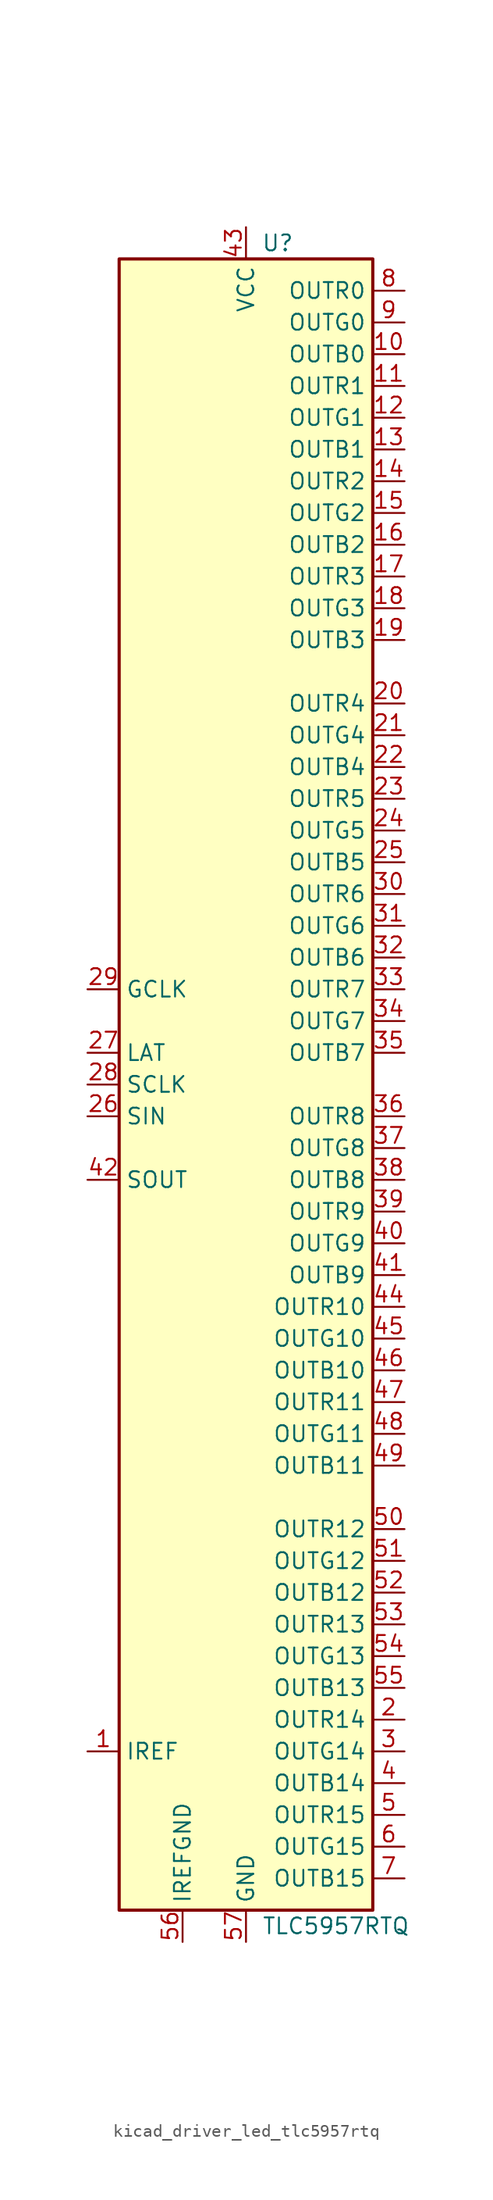
<source format=kicad_sym>
(kicad_symbol_lib
  (version 20220914)
  (generator kicad_symbol_editor)
  (symbol "kicad_driver_led_tlc5957rtq"
    (property "Reference" "U"
      (at 2.54 67.31 0)
      (effects (font (size 1.27 1.27))))
    (property "Value" "TLC5957RTQ"
      (at 1.27 -67.31 0)
      (effects (font (size 1.27 1.27)) (justify left)))
    (symbol "kicad_driver_led_tlc5957rtq_0_1"
      (rectangle (start -10.16 66.04) (end 10.16 -66.04) (stroke (width 0.254) (type default)) (fill (type background)))
      (pin passive line (at -12.7 -53.34 0) (length 2.54) (name "IREF" (effects (font (size 1.27 1.27)))) (number "1" (effects (font (size 1.27 1.27)))))
      (pin open_collector line (at 12.7 58.42 180) (length 2.54) (name "OUTB0" (effects (font (size 1.27 1.27)))) (number "10" (effects (font (size 1.27 1.27)))))
      (pin open_collector line (at 12.7 55.88 180) (length 2.54) (name "OUTR1" (effects (font (size 1.27 1.27)))) (number "11" (effects (font (size 1.27 1.27)))))
      (pin open_collector line (at 12.7 53.34 180) (length 2.54) (name "OUTG1" (effects (font (size 1.27 1.27)))) (number "12" (effects (font (size 1.27 1.27)))))
      (pin open_collector line (at 12.7 50.8 180) (length 2.54) (name "OUTB1" (effects (font (size 1.27 1.27)))) (number "13" (effects (font (size 1.27 1.27)))))
      (pin open_collector line (at 12.7 48.26 180) (length 2.54) (name "OUTR2" (effects (font (size 1.27 1.27)))) (number "14" (effects (font (size 1.27 1.27)))))
      (pin open_collector line (at 12.7 45.72 180) (length 2.54) (name "OUTG2" (effects (font (size 1.27 1.27)))) (number "15" (effects (font (size 1.27 1.27)))))
      (pin open_collector line (at 12.7 43.18 180) (length 2.54) (name "OUTB2" (effects (font (size 1.27 1.27)))) (number "16" (effects (font (size 1.27 1.27)))))
      (pin open_collector line (at 12.7 40.64 180) (length 2.54) (name "OUTR3" (effects (font (size 1.27 1.27)))) (number "17" (effects (font (size 1.27 1.27)))))
      (pin open_collector line (at 12.7 38.1 180) (length 2.54) (name "OUTG3" (effects (font (size 1.27 1.27)))) (number "18" (effects (font (size 1.27 1.27)))))
      (pin open_collector line (at 12.7 35.56 180) (length 2.54) (name "OUTB3" (effects (font (size 1.27 1.27)))) (number "19" (effects (font (size 1.27 1.27)))))
      (pin open_collector line (at 12.7 -50.8 180) (length 2.54) (name "OUTR14" (effects (font (size 1.27 1.27)))) (number "2" (effects (font (size 1.27 1.27)))))
      (pin open_collector line (at 12.7 30.48 180) (length 2.54) (name "OUTR4" (effects (font (size 1.27 1.27)))) (number "20" (effects (font (size 1.27 1.27)))))
      (pin open_collector line (at 12.7 27.94 180) (length 2.54) (name "OUTG4" (effects (font (size 1.27 1.27)))) (number "21" (effects (font (size 1.27 1.27)))))
      (pin open_collector line (at 12.7 25.4 180) (length 2.54) (name "OUTB4" (effects (font (size 1.27 1.27)))) (number "22" (effects (font (size 1.27 1.27)))))
      (pin open_collector line (at 12.7 22.86 180) (length 2.54) (name "OUTR5" (effects (font (size 1.27 1.27)))) (number "23" (effects (font (size 1.27 1.27)))))
      (pin open_collector line (at 12.7 20.32 180) (length 2.54) (name "OUTG5" (effects (font (size 1.27 1.27)))) (number "24" (effects (font (size 1.27 1.27)))))
      (pin open_collector line (at 12.7 17.78 180) (length 2.54) (name "OUTB5" (effects (font (size 1.27 1.27)))) (number "25" (effects (font (size 1.27 1.27)))))
      (pin input line (at -12.7 -2.54 0) (length 2.54) (name "SIN" (effects (font (size 1.27 1.27)))) (number "26" (effects (font (size 1.27 1.27)))))
      (pin input line (at -12.7 2.54 0) (length 2.54) (name "LAT" (effects (font (size 1.27 1.27)))) (number "27" (effects (font (size 1.27 1.27)))))
      (pin input line (at -12.7 0 0) (length 2.54) (name "SCLK" (effects (font (size 1.27 1.27)))) (number "28" (effects (font (size 1.27 1.27)))))
      (pin input line (at -12.7 7.62 0) (length 2.54) (name "GCLK" (effects (font (size 1.27 1.27)))) (number "29" (effects (font (size 1.27 1.27)))))
      (pin open_collector line (at 12.7 -53.34 180) (length 2.54) (name "OUTG14" (effects (font (size 1.27 1.27)))) (number "3" (effects (font (size 1.27 1.27)))))
      (pin open_collector line (at 12.7 15.24 180) (length 2.54) (name "OUTR6" (effects (font (size 1.27 1.27)))) (number "30" (effects (font (size 1.27 1.27)))))
      (pin open_collector line (at 12.7 12.7 180) (length 2.54) (name "OUTG6" (effects (font (size 1.27 1.27)))) (number "31" (effects (font (size 1.27 1.27)))))
      (pin open_collector line (at 12.7 10.16 180) (length 2.54) (name "OUTB6" (effects (font (size 1.27 1.27)))) (number "32" (effects (font (size 1.27 1.27)))))
      (pin open_collector line (at 12.7 7.62 180) (length 2.54) (name "OUTR7" (effects (font (size 1.27 1.27)))) (number "33" (effects (font (size 1.27 1.27)))))
      (pin open_collector line (at 12.7 5.08 180) (length 2.54) (name "OUTG7" (effects (font (size 1.27 1.27)))) (number "34" (effects (font (size 1.27 1.27)))))
      (pin open_collector line (at 12.7 2.54 180) (length 2.54) (name "OUTB7" (effects (font (size 1.27 1.27)))) (number "35" (effects (font (size 1.27 1.27)))))
      (pin open_collector line (at 12.7 -2.54 180) (length 2.54) (name "OUTR8" (effects (font (size 1.27 1.27)))) (number "36" (effects (font (size 1.27 1.27)))))
      (pin open_collector line (at 12.7 -5.08 180) (length 2.54) (name "OUTG8" (effects (font (size 1.27 1.27)))) (number "37" (effects (font (size 1.27 1.27)))))
      (pin open_collector line (at 12.7 -7.62 180) (length 2.54) (name "OUTB8" (effects (font (size 1.27 1.27)))) (number "38" (effects (font (size 1.27 1.27)))))
      (pin open_collector line (at 12.7 -10.16 180) (length 2.54) (name "OUTR9" (effects (font (size 1.27 1.27)))) (number "39" (effects (font (size 1.27 1.27)))))
      (pin open_collector line (at 12.7 -55.88 180) (length 2.54) (name "OUTB14" (effects (font (size 1.27 1.27)))) (number "4" (effects (font (size 1.27 1.27)))))
      (pin open_collector line (at 12.7 -12.7 180) (length 2.54) (name "OUTG9" (effects (font (size 1.27 1.27)))) (number "40" (effects (font (size 1.27 1.27)))))
      (pin open_collector line (at 12.7 -15.24 180) (length 2.54) (name "OUTB9" (effects (font (size 1.27 1.27)))) (number "41" (effects (font (size 1.27 1.27)))))
      (pin power_in line (at 0 68.58 270) (length 2.54) (name "VCC" (effects (font (size 1.27 1.27)))) (number "43" (effects (font (size 1.27 1.27)))))
      (pin open_collector line (at 12.7 -17.78 180) (length 2.54) (name "OUTR10" (effects (font (size 1.27 1.27)))) (number "44" (effects (font (size 1.27 1.27)))))
      (pin open_collector line (at 12.7 -20.32 180) (length 2.54) (name "OUTG10" (effects (font (size 1.27 1.27)))) (number "45" (effects (font (size 1.27 1.27)))))
      (pin open_collector line (at 12.7 -22.86 180) (length 2.54) (name "OUTB10" (effects (font (size 1.27 1.27)))) (number "46" (effects (font (size 1.27 1.27)))))
      (pin open_collector line (at 12.7 -25.4 180) (length 2.54) (name "OUTR11" (effects (font (size 1.27 1.27)))) (number "47" (effects (font (size 1.27 1.27)))))
      (pin open_collector line (at 12.7 -27.94 180) (length 2.54) (name "OUTG11" (effects (font (size 1.27 1.27)))) (number "48" (effects (font (size 1.27 1.27)))))
      (pin open_collector line (at 12.7 -30.48 180) (length 2.54) (name "OUTB11" (effects (font (size 1.27 1.27)))) (number "49" (effects (font (size 1.27 1.27)))))
      (pin open_collector line (at 12.7 -58.42 180) (length 2.54) (name "OUTR15" (effects (font (size 1.27 1.27)))) (number "5" (effects (font (size 1.27 1.27)))))
      (pin open_collector line (at 12.7 -35.56 180) (length 2.54) (name "OUTR12" (effects (font (size 1.27 1.27)))) (number "50" (effects (font (size 1.27 1.27)))))
      (pin open_collector line (at 12.7 -38.1 180) (length 2.54) (name "OUTG12" (effects (font (size 1.27 1.27)))) (number "51" (effects (font (size 1.27 1.27)))))
      (pin open_collector line (at 12.7 -40.64 180) (length 2.54) (name "OUTB12" (effects (font (size 1.27 1.27)))) (number "52" (effects (font (size 1.27 1.27)))))
      (pin open_collector line (at 12.7 -43.18 180) (length 2.54) (name "OUTR13" (effects (font (size 1.27 1.27)))) (number "53" (effects (font (size 1.27 1.27)))))
      (pin open_collector line (at 12.7 -45.72 180) (length 2.54) (name "OUTG13" (effects (font (size 1.27 1.27)))) (number "54" (effects (font (size 1.27 1.27)))))
      (pin open_collector line (at 12.7 -48.26 180) (length 2.54) (name "OUTB13" (effects (font (size 1.27 1.27)))) (number "55" (effects (font (size 1.27 1.27)))))
      (pin power_in line (at -5.08 -68.58 90) (length 2.54) (name "IREFGND" (effects (font (size 1.27 1.27)))) (number "56" (effects (font (size 1.27 1.27)))))
      (pin power_in line (at 0 -68.58 90) (length 2.54) (name "GND" (effects (font (size 1.27 1.27)))) (number "57" (effects (font (size 1.27 1.27)))))
      (pin open_collector line (at 12.7 -60.96 180) (length 2.54) (name "OUTG15" (effects (font (size 1.27 1.27)))) (number "6" (effects (font (size 1.27 1.27)))))
      (pin open_collector line (at 12.7 -63.5 180) (length 2.54) (name "OUTB15" (effects (font (size 1.27 1.27)))) (number "7" (effects (font (size 1.27 1.27)))))
      (pin open_collector line (at 12.7 63.5 180) (length 2.54) (name "OUTR0" (effects (font (size 1.27 1.27)))) (number "8" (effects (font (size 1.27 1.27)))))
      (pin open_collector line (at 12.7 60.96 180) (length 2.54) (name "OUTG0" (effects (font (size 1.27 1.27)))) (number "9" (effects (font (size 1.27 1.27))))))
    (symbol "kicad_driver_led_tlc5957rtq_1_1"
      (pin output line (at -12.7 -7.62 0) (length 2.54) (name "SOUT" (effects (font (size 1.27 1.27)))) (number "42" (effects (font (size 1.27 1.27))))))))
</source>
